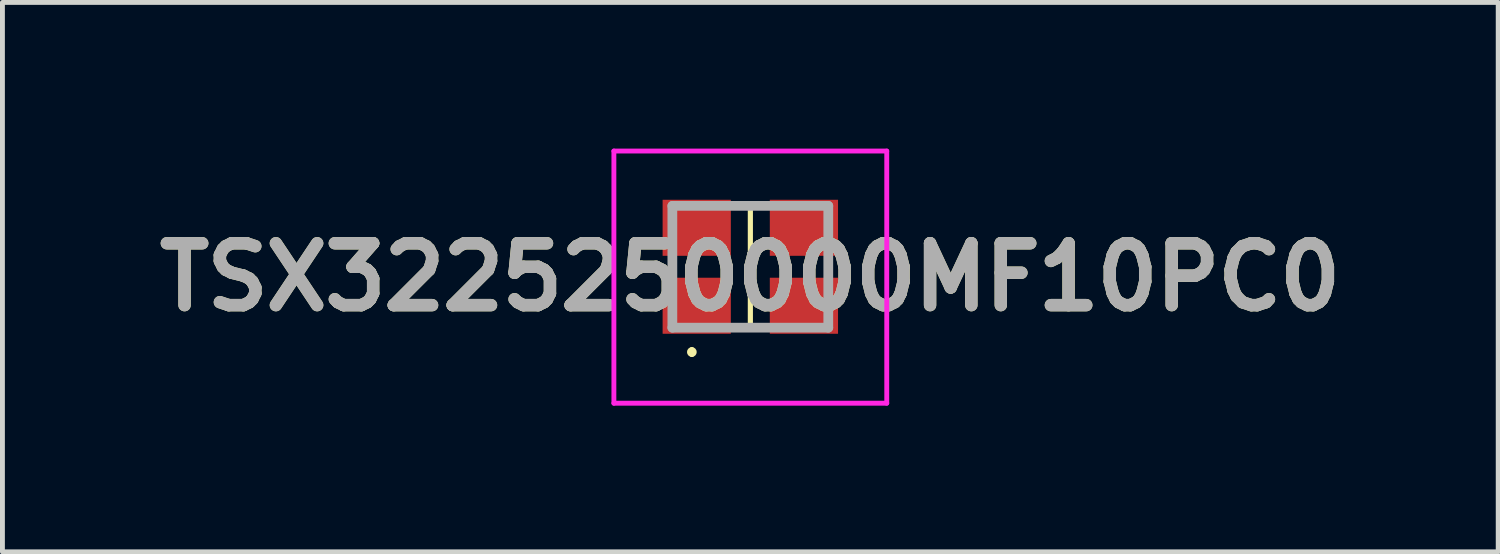
<source format=kicad_pcb>
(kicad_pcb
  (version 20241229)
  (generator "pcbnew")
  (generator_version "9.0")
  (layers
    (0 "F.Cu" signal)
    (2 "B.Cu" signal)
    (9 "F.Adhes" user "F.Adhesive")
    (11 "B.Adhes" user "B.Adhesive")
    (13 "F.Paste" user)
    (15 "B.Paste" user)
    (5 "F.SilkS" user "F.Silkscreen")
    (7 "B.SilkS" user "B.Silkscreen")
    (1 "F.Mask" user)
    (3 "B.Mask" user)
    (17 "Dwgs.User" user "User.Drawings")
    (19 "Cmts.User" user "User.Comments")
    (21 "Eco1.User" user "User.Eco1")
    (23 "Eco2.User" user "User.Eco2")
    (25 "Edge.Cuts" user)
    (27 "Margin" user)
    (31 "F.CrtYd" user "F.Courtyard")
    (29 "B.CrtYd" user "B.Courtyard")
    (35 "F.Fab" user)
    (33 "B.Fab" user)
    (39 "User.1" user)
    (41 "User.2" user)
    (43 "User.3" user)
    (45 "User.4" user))
  (footprint "TSX3225250000MF10PC0"
    (layer "F.Cu")
    (at 12.349 2.425)
    (property "Reference" "TSX3225250000MF10PC0" (at 0 0.213 0) (layer "F.SilkS") (effects (font (size 1.27 1.27) (thickness 0.254))))
    (attr smd)
    (fp_line (start -1.2 1.7) (end -1.2 1.7) (stroke (width 0.1) (type solid)) (layer "F.SilkS"))
    (fp_line (start -1.2 1.8) (end -1.2 1.8) (stroke (width 0.1) (type solid)) (layer "F.SilkS"))
    (fp_line (start 0 -1.25) (end 0 1.25) (stroke (width 0.1) (type solid)) (layer "F.SilkS"))
    (fp_line (start 0 1.25) (end 0 -1.2) (stroke (width 0.1) (type solid)) (layer "F.SilkS"))
    (fp_arc (start -1.2 1.7) (mid -1.15 1.75) (end -1.2 1.8) (stroke (width 0.1) (type solid)) (layer "F.SilkS"))
    (fp_arc (start -1.2 1.8) (mid -1.25 1.75) (end -1.2 1.7) (stroke (width 0.1) (type solid)) (layer "F.SilkS"))
    (fp_line (start -2.8 -2.375) (end 2.8 -2.375) (stroke (width 0.1) (type solid)) (layer "F.CrtYd"))
    (fp_line (start -2.8 2.8) (end -2.8 -2.375) (stroke (width 0.1) (type solid)) (layer "F.CrtYd"))
    (fp_line (start 2.8 -2.375) (end 2.8 2.8) (stroke (width 0.1) (type solid)) (layer "F.CrtYd"))
    (fp_line (start 2.8 2.8) (end -2.8 2.8) (stroke (width 0.1) (type solid)) (layer "F.CrtYd"))
    (fp_line (start -1.6 -1.25) (end 1.6 -1.25) (stroke (width 0.2) (type solid)) (layer "F.Fab"))
    (fp_line (start -1.6 1.25) (end -1.6 -1.25) (stroke (width 0.2) (type solid)) (layer "F.Fab"))
    (fp_line (start 1.6 -1.25) (end 1.6 1.25) (stroke (width 0.2) (type solid)) (layer "F.Fab"))
    (fp_line (start 1.6 1.25) (end -1.6 1.25) (stroke (width 0.2) (type solid)) (layer "F.Fab"))
    (fp_text user "${REFERENCE}" (at 0 0.213 0) (layer "F.Fab") (effects (font (size 1.27 1.27) (thickness 0.254))))
    (pad "1" smd rect (at -1.1 0.8 90) (size 1.15 1.4) (layers "F.Cu" "F.Mask" "F.Paste"))
    (pad "2" smd rect (at 1.1 0.8 90) (size 1.15 1.4) (layers "F.Cu" "F.Mask" "F.Paste"))
    (pad "3" smd rect (at 1.1 -0.8 90) (size 1.15 1.4) (layers "F.Cu" "F.Mask" "F.Paste"))
    (pad "4" smd rect (at -1.1 -0.8 90) (size 1.15 1.4) (layers "F.Cu" "F.Mask" "F.Paste")))
  (gr_rect
    (start -3 -3)
    (end 27.698 8.275)
    (stroke (width 0.1) (type default))
    (fill no)
    (layer "Edge.Cuts")))
</source>
